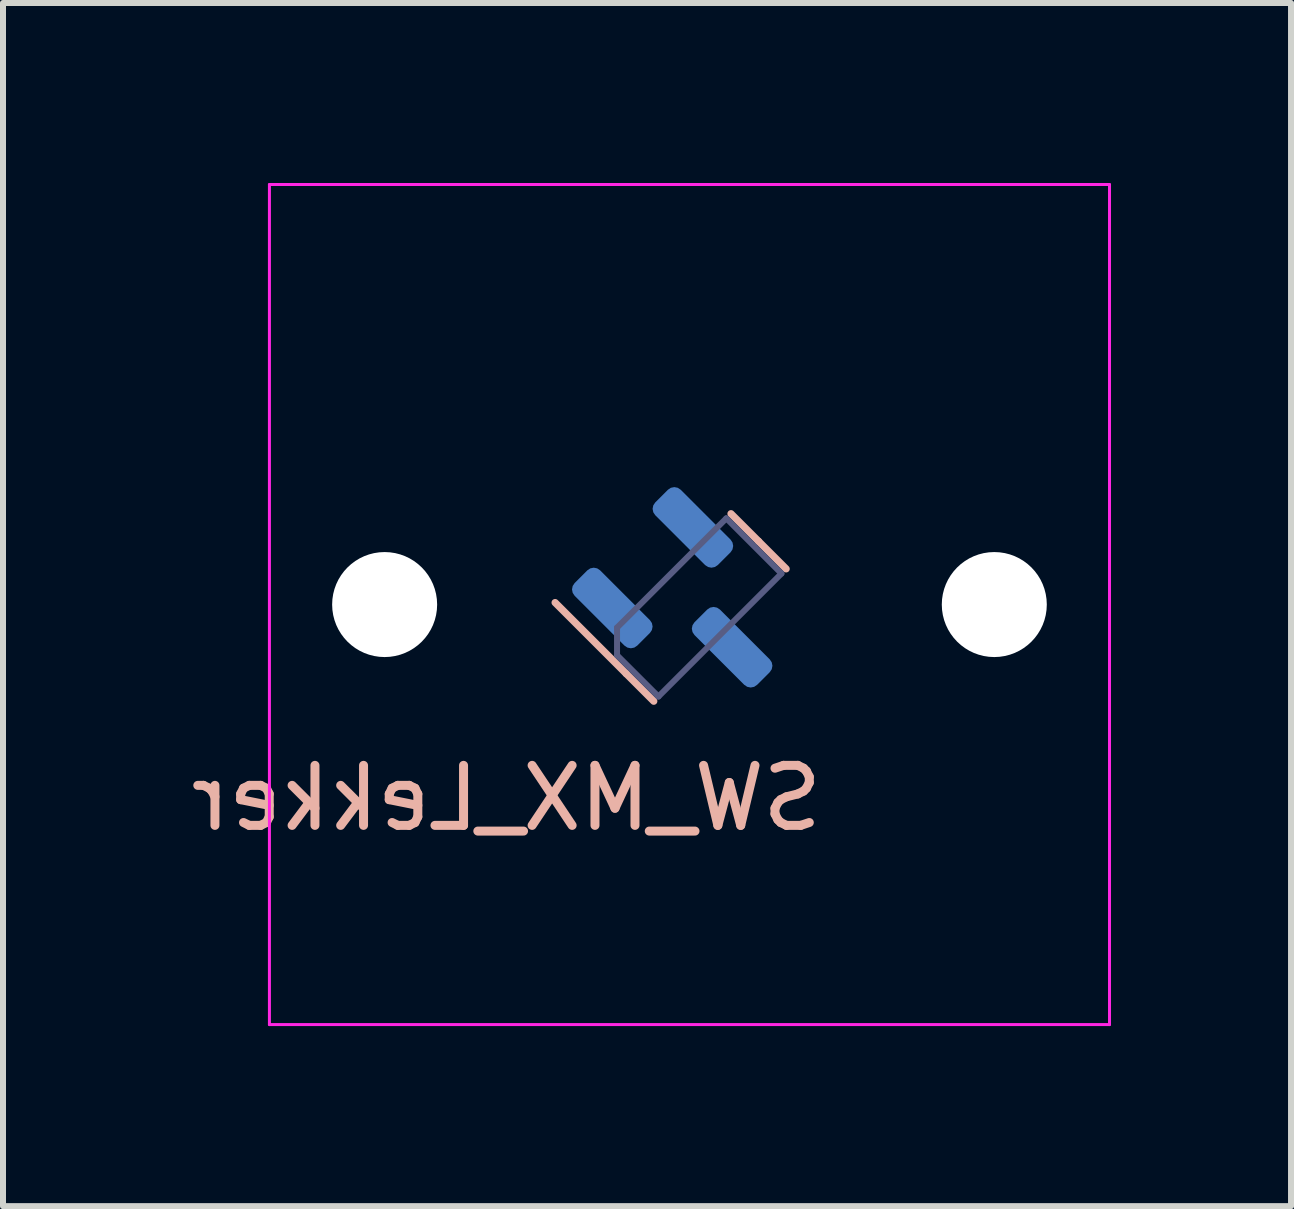
<source format=kicad_pcb>
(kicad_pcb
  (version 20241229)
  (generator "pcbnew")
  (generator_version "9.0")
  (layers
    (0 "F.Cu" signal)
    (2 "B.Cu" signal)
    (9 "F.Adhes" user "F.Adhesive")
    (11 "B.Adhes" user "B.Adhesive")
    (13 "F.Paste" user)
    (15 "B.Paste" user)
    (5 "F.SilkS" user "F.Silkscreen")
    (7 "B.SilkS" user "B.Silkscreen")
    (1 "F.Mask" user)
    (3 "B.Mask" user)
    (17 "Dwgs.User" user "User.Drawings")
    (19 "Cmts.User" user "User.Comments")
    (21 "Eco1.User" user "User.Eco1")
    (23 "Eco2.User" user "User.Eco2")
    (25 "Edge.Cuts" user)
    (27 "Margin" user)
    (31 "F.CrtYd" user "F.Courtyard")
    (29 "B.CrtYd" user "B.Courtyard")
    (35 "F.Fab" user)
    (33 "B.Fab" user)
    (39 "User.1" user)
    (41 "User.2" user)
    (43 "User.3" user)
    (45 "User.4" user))
  (footprint "SW_MX_Lekker"
    (layer "F.Cu")
    (at 8.44 7.025)
    (property "Reference" "SW_MX_Lekker" (at 2.286 3.81 0) (layer "B.SilkS") (effects (font (size 1 1) (thickness 0.15)) (justify left bottom mirror)))
    (attr smd exclude_from_pos_files exclude_from_bom)
    (fp_line (start -1.055 1.151) (end -2.239 -0.033) (stroke (width 0.12) (type solid)) (layer "B.SilkS"))
    (fp_line (start -1.055 1.151) (end -0.595 1.611) (stroke (width 0.12) (type solid)) (layer "B.SilkS"))
    (fp_line (start 1.151 -1.055) (end 0.692 -1.514) (stroke (width 0.12) (type solid)) (layer "B.SilkS"))
    (fp_line (start 1.151 -1.055) (end 1.611 -0.595) (stroke (width 0.12) (type solid)) (layer "B.SilkS"))
    (fp_line (start -7 6.5) (end -7 -6.5) (stroke (width 0.05) (type solid)) (layer "Eco2.User"))
    (fp_line (start -6.5 -7) (end 6.5 -7) (stroke (width 0.05) (type solid)) (layer "Eco2.User"))
    (fp_line (start 6.5 7) (end -6.5 7) (stroke (width 0.05) (type solid)) (layer "Eco2.User"))
    (fp_line (start 7 -6.5) (end 7 6.5) (stroke (width 0.05) (type solid)) (layer "Eco2.User"))
    (fp_arc (start -7 -6.5) (mid -6.853553 -6.853553) (end -6.5 -7) (stroke (width 0.05) (type solid)) (layer "Eco2.User"))
    (fp_arc (start -6.5 7) (mid -6.853553 6.853553) (end -7 6.5) (stroke (width 0.05) (type solid)) (layer "Eco2.User"))
    (fp_arc (start 6.5 -7) (mid 6.853553 -6.853553) (end 7 -6.5) (stroke (width 0.05) (type solid)) (layer "Eco2.User"))
    (fp_arc (start 6.997236 6.498884) (mid 6.850789 6.852437) (end 6.497236 6.998884) (stroke (width 0.05) (type solid)) (layer "Eco2.User"))
    (fp_line (start -7 -7) (end -7 7) (stroke (width 0.05) (type solid)) (layer "F.CrtYd"))
    (fp_line (start -7 7) (end 7 7) (stroke (width 0.05) (type solid)) (layer "F.CrtYd"))
    (fp_line (start 7 -7) (end -7 -7) (stroke (width 0.05) (type solid)) (layer "F.CrtYd"))
    (fp_line (start 7 7) (end 7 -7) (stroke (width 0.05) (type solid)) (layer "F.CrtYd"))
    (fp_line (start -1.207 0.384) (end -1.207 0.844) (stroke (width 0.1) (type solid)) (layer "B.Fab"))
    (fp_line (start -1.207 0.844) (end -0.517 1.533) (stroke (width 0.1) (type solid)) (layer "B.Fab"))
    (fp_line (start -0.517 1.533) (end 1.533 -0.517) (stroke (width 0.1) (type solid)) (layer "B.Fab"))
    (fp_line (start 0.614 -1.437) (end -1.207 0.384) (stroke (width 0.1) (type solid)) (layer "B.Fab"))
    (fp_line (start 1.533 -0.517) (end 0.614 -1.437) (stroke (width 0.1) (type solid)) (layer "B.Fab"))
    (pad "" np_thru_hole circle (at -5.08 0) (size 1.75 1.75) (drill 1.75) (layers "*.Cu" "*.Mask"))
    (pad "" np_thru_hole circle (at 5.08 0) (size 1.75 1.75) (drill 1.75) (layers "*.Cu" "*.Mask"))
    (pad "1" smd roundrect (at -1.286 0.057 135) (size 1.475 0.6) (layers "B.Cu" "B.Mask" "B.Paste") (roundrect_rratio 0.25))
    (pad "2" smd roundrect (at 0.057 -1.286 135) (size 1.475 0.6) (layers "B.Cu" "B.Mask" "B.Paste") (roundrect_rratio 0.25))
    (pad "3" smd roundrect (at 0.711 0.711 135) (size 1.475 0.6) (layers "B.Cu" "B.Mask" "B.Paste") (roundrect_rratio 0.25))
    (zone (net_name "") (layer "F.Cu") (hatch edge 0.5) (connect_pads) (min_thickness 0.25) (filled_areas_thickness no) (keepout (tracks not_allowed) (vias not_allowed) (pads not_allowed) (copperpour not_allowed) (footprints allowed)) (placement (enabled no)) (fill) (polygon (pts (xy 6.662 5.247) (xy 10.218 5.247) (xy 10.218 8.803) (xy 6.662 8.803)))))
  (gr_rect
    (start -3 -3)
    (end 18.465 17.05)
    (stroke (width 0.1) (type default))
    (fill no)
    (layer "Edge.Cuts")))
</source>
